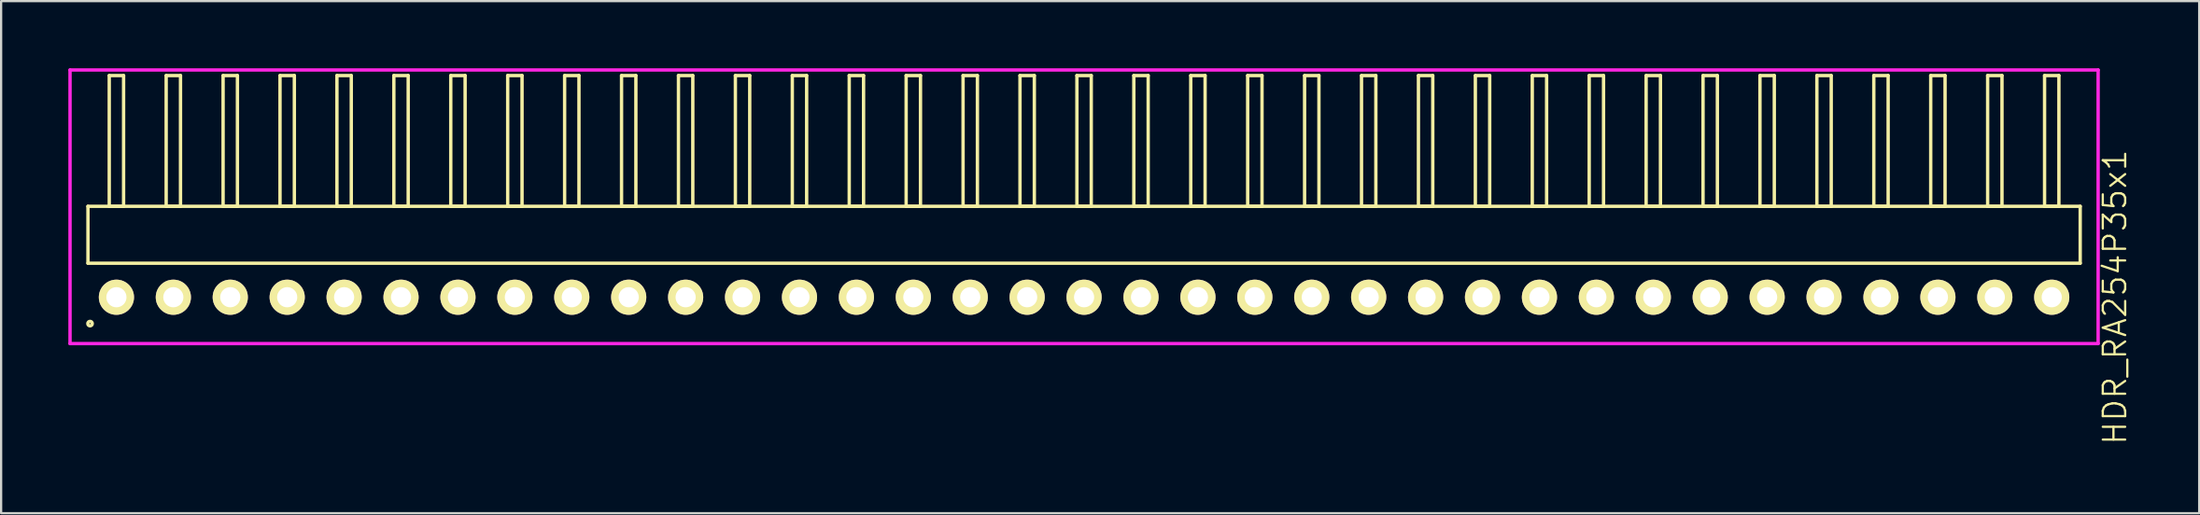
<source format=kicad_pcb>
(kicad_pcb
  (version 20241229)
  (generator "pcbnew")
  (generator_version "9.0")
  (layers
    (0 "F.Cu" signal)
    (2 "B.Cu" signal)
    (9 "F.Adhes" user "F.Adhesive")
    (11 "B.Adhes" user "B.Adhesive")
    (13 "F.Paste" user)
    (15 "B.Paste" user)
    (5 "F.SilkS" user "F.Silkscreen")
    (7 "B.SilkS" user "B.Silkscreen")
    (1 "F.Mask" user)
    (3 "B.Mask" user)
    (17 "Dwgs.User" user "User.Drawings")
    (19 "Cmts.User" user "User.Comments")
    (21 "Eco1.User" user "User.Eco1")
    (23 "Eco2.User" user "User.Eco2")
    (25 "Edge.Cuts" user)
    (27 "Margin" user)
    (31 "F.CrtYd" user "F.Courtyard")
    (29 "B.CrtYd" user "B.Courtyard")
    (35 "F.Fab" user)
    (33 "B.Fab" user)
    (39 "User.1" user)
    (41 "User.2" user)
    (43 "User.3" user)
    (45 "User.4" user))
  (footprint "HDR_RA254P35x1"
    (layer "F.Cu")
    (at 45.325 10.225)
    (property "Reference" "HDR_RA254P35x1" (at 46 0 90) (layer "F.SilkS") (effects (font (size 1 1) (thickness 0.1))))
    (attr through_hole)
    (fp_line (start -44.45 -4.06) (end -44.45 -1.52) (stroke (width 0.15) (type solid)) (layer "F.SilkS"))
    (fp_line (start -44.45 -1.52) (end 44.45 -1.52) (stroke (width 0.15) (type solid)) (layer "F.SilkS"))
    (fp_line (start -43.5 -9.9) (end -43.5 -4.06) (stroke (width 0.15) (type solid)) (layer "F.SilkS"))
    (fp_line (start -43.5 -4.06) (end -42.86 -4.06) (stroke (width 0.15) (type solid)) (layer "F.SilkS"))
    (fp_line (start -42.86 -9.9) (end -43.5 -9.9) (stroke (width 0.15) (type solid)) (layer "F.SilkS"))
    (fp_line (start -42.86 -4.06) (end -42.86 -9.9) (stroke (width 0.15) (type solid)) (layer "F.SilkS"))
    (fp_line (start -40.96 -9.9) (end -40.96 -4.06) (stroke (width 0.15) (type solid)) (layer "F.SilkS"))
    (fp_line (start -40.96 -4.06) (end -40.32 -4.06) (stroke (width 0.15) (type solid)) (layer "F.SilkS"))
    (fp_line (start -40.32 -9.9) (end -40.96 -9.9) (stroke (width 0.15) (type solid)) (layer "F.SilkS"))
    (fp_line (start -40.32 -4.06) (end -40.32 -9.9) (stroke (width 0.15) (type solid)) (layer "F.SilkS"))
    (fp_line (start -38.42 -9.9) (end -38.42 -4.06) (stroke (width 0.15) (type solid)) (layer "F.SilkS"))
    (fp_line (start -38.42 -4.06) (end -37.78 -4.06) (stroke (width 0.15) (type solid)) (layer "F.SilkS"))
    (fp_line (start -37.78 -9.9) (end -38.42 -9.9) (stroke (width 0.15) (type solid)) (layer "F.SilkS"))
    (fp_line (start -37.78 -4.06) (end -37.78 -9.9) (stroke (width 0.15) (type solid)) (layer "F.SilkS"))
    (fp_line (start -35.88 -9.9) (end -35.88 -4.06) (stroke (width 0.15) (type solid)) (layer "F.SilkS"))
    (fp_line (start -35.88 -4.06) (end -35.24 -4.06) (stroke (width 0.15) (type solid)) (layer "F.SilkS"))
    (fp_line (start -35.24 -9.9) (end -35.88 -9.9) (stroke (width 0.15) (type solid)) (layer "F.SilkS"))
    (fp_line (start -35.24 -4.06) (end -35.24 -9.9) (stroke (width 0.15) (type solid)) (layer "F.SilkS"))
    (fp_line (start -33.34 -9.9) (end -33.34 -4.06) (stroke (width 0.15) (type solid)) (layer "F.SilkS"))
    (fp_line (start -33.34 -4.06) (end -32.7 -4.06) (stroke (width 0.15) (type solid)) (layer "F.SilkS"))
    (fp_line (start -32.7 -9.9) (end -33.34 -9.9) (stroke (width 0.15) (type solid)) (layer "F.SilkS"))
    (fp_line (start -32.7 -4.06) (end -32.7 -9.9) (stroke (width 0.15) (type solid)) (layer "F.SilkS"))
    (fp_line (start -30.8 -9.9) (end -30.8 -4.06) (stroke (width 0.15) (type solid)) (layer "F.SilkS"))
    (fp_line (start -30.8 -4.06) (end -30.16 -4.06) (stroke (width 0.15) (type solid)) (layer "F.SilkS"))
    (fp_line (start -30.16 -9.9) (end -30.8 -9.9) (stroke (width 0.15) (type solid)) (layer "F.SilkS"))
    (fp_line (start -30.16 -4.06) (end -30.16 -9.9) (stroke (width 0.15) (type solid)) (layer "F.SilkS"))
    (fp_line (start -28.26 -9.9) (end -28.26 -4.06) (stroke (width 0.15) (type solid)) (layer "F.SilkS"))
    (fp_line (start -28.26 -4.06) (end -27.62 -4.06) (stroke (width 0.15) (type solid)) (layer "F.SilkS"))
    (fp_line (start -27.62 -9.9) (end -28.26 -9.9) (stroke (width 0.15) (type solid)) (layer "F.SilkS"))
    (fp_line (start -27.62 -4.06) (end -27.62 -9.9) (stroke (width 0.15) (type solid)) (layer "F.SilkS"))
    (fp_line (start -25.72 -9.9) (end -25.72 -4.06) (stroke (width 0.15) (type solid)) (layer "F.SilkS"))
    (fp_line (start -25.72 -4.06) (end -25.08 -4.06) (stroke (width 0.15) (type solid)) (layer "F.SilkS"))
    (fp_line (start -25.08 -9.9) (end -25.72 -9.9) (stroke (width 0.15) (type solid)) (layer "F.SilkS"))
    (fp_line (start -25.08 -4.06) (end -25.08 -9.9) (stroke (width 0.15) (type solid)) (layer "F.SilkS"))
    (fp_line (start -23.18 -9.9) (end -23.18 -4.06) (stroke (width 0.15) (type solid)) (layer "F.SilkS"))
    (fp_line (start -23.18 -4.06) (end -22.54 -4.06) (stroke (width 0.15) (type solid)) (layer "F.SilkS"))
    (fp_line (start -22.54 -9.9) (end -23.18 -9.9) (stroke (width 0.15) (type solid)) (layer "F.SilkS"))
    (fp_line (start -22.54 -4.06) (end -22.54 -9.9) (stroke (width 0.15) (type solid)) (layer "F.SilkS"))
    (fp_line (start -20.64 -9.9) (end -20.64 -4.06) (stroke (width 0.15) (type solid)) (layer "F.SilkS"))
    (fp_line (start -20.64 -4.06) (end -20 -4.06) (stroke (width 0.15) (type solid)) (layer "F.SilkS"))
    (fp_line (start -20 -9.9) (end -20.64 -9.9) (stroke (width 0.15) (type solid)) (layer "F.SilkS"))
    (fp_line (start -20 -4.06) (end -20 -9.9) (stroke (width 0.15) (type solid)) (layer "F.SilkS"))
    (fp_line (start -18.1 -9.9) (end -18.1 -4.06) (stroke (width 0.15) (type solid)) (layer "F.SilkS"))
    (fp_line (start -18.1 -4.06) (end -17.46 -4.06) (stroke (width 0.15) (type solid)) (layer "F.SilkS"))
    (fp_line (start -17.46 -9.9) (end -18.1 -9.9) (stroke (width 0.15) (type solid)) (layer "F.SilkS"))
    (fp_line (start -17.46 -4.06) (end -17.46 -9.9) (stroke (width 0.15) (type solid)) (layer "F.SilkS"))
    (fp_line (start -15.56 -9.9) (end -15.56 -4.06) (stroke (width 0.15) (type solid)) (layer "F.SilkS"))
    (fp_line (start -15.56 -4.06) (end -14.92 -4.06) (stroke (width 0.15) (type solid)) (layer "F.SilkS"))
    (fp_line (start -14.92 -9.9) (end -15.56 -9.9) (stroke (width 0.15) (type solid)) (layer "F.SilkS"))
    (fp_line (start -14.92 -4.06) (end -14.92 -9.9) (stroke (width 0.15) (type solid)) (layer "F.SilkS"))
    (fp_line (start -13.02 -9.9) (end -13.02 -4.06) (stroke (width 0.15) (type solid)) (layer "F.SilkS"))
    (fp_line (start -13.02 -4.06) (end -12.38 -4.06) (stroke (width 0.15) (type solid)) (layer "F.SilkS"))
    (fp_line (start -12.38 -9.9) (end -13.02 -9.9) (stroke (width 0.15) (type solid)) (layer "F.SilkS"))
    (fp_line (start -12.38 -4.06) (end -12.38 -9.9) (stroke (width 0.15) (type solid)) (layer "F.SilkS"))
    (fp_line (start -10.48 -9.9) (end -10.48 -4.06) (stroke (width 0.15) (type solid)) (layer "F.SilkS"))
    (fp_line (start -10.48 -4.06) (end -9.84 -4.06) (stroke (width 0.15) (type solid)) (layer "F.SilkS"))
    (fp_line (start -9.84 -9.9) (end -10.48 -9.9) (stroke (width 0.15) (type solid)) (layer "F.SilkS"))
    (fp_line (start -9.84 -4.06) (end -9.84 -9.9) (stroke (width 0.15) (type solid)) (layer "F.SilkS"))
    (fp_line (start -7.94 -9.9) (end -7.94 -4.06) (stroke (width 0.15) (type solid)) (layer "F.SilkS"))
    (fp_line (start -7.94 -4.06) (end -7.3 -4.06) (stroke (width 0.15) (type solid)) (layer "F.SilkS"))
    (fp_line (start -7.3 -9.9) (end -7.94 -9.9) (stroke (width 0.15) (type solid)) (layer "F.SilkS"))
    (fp_line (start -7.3 -4.06) (end -7.3 -9.9) (stroke (width 0.15) (type solid)) (layer "F.SilkS"))
    (fp_line (start -5.4 -9.9) (end -5.4 -4.06) (stroke (width 0.15) (type solid)) (layer "F.SilkS"))
    (fp_line (start -5.4 -4.06) (end -4.76 -4.06) (stroke (width 0.15) (type solid)) (layer "F.SilkS"))
    (fp_line (start -4.76 -9.9) (end -5.4 -9.9) (stroke (width 0.15) (type solid)) (layer "F.SilkS"))
    (fp_line (start -4.76 -4.06) (end -4.76 -9.9) (stroke (width 0.15) (type solid)) (layer "F.SilkS"))
    (fp_line (start -2.86 -9.9) (end -2.86 -4.06) (stroke (width 0.15) (type solid)) (layer "F.SilkS"))
    (fp_line (start -2.86 -4.06) (end -2.22 -4.06) (stroke (width 0.15) (type solid)) (layer "F.SilkS"))
    (fp_line (start -2.22 -9.9) (end -2.86 -9.9) (stroke (width 0.15) (type solid)) (layer "F.SilkS"))
    (fp_line (start -2.22 -4.06) (end -2.22 -9.9) (stroke (width 0.15) (type solid)) (layer "F.SilkS"))
    (fp_line (start -0.32 -9.9) (end -0.32 -4.06) (stroke (width 0.15) (type solid)) (layer "F.SilkS"))
    (fp_line (start -0.32 -4.06) (end 0.32 -4.06) (stroke (width 0.15) (type solid)) (layer "F.SilkS"))
    (fp_line (start 0.32 -9.9) (end -0.32 -9.9) (stroke (width 0.15) (type solid)) (layer "F.SilkS"))
    (fp_line (start 0.32 -4.06) (end 0.32 -9.9) (stroke (width 0.15) (type solid)) (layer "F.SilkS"))
    (fp_line (start 2.22 -9.9) (end 2.22 -4.06) (stroke (width 0.15) (type solid)) (layer "F.SilkS"))
    (fp_line (start 2.22 -4.06) (end 2.86 -4.06) (stroke (width 0.15) (type solid)) (layer "F.SilkS"))
    (fp_line (start 2.86 -9.9) (end 2.22 -9.9) (stroke (width 0.15) (type solid)) (layer "F.SilkS"))
    (fp_line (start 2.86 -4.06) (end 2.86 -9.9) (stroke (width 0.15) (type solid)) (layer "F.SilkS"))
    (fp_line (start 4.76 -9.9) (end 4.76 -4.06) (stroke (width 0.15) (type solid)) (layer "F.SilkS"))
    (fp_line (start 4.76 -4.06) (end 5.4 -4.06) (stroke (width 0.15) (type solid)) (layer "F.SilkS"))
    (fp_line (start 5.4 -9.9) (end 4.76 -9.9) (stroke (width 0.15) (type solid)) (layer "F.SilkS"))
    (fp_line (start 5.4 -4.06) (end 5.4 -9.9) (stroke (width 0.15) (type solid)) (layer "F.SilkS"))
    (fp_line (start 7.3 -9.9) (end 7.3 -4.06) (stroke (width 0.15) (type solid)) (layer "F.SilkS"))
    (fp_line (start 7.3 -4.06) (end 7.94 -4.06) (stroke (width 0.15) (type solid)) (layer "F.SilkS"))
    (fp_line (start 7.94 -9.9) (end 7.3 -9.9) (stroke (width 0.15) (type solid)) (layer "F.SilkS"))
    (fp_line (start 7.94 -4.06) (end 7.94 -9.9) (stroke (width 0.15) (type solid)) (layer "F.SilkS"))
    (fp_line (start 9.84 -9.9) (end 9.84 -4.06) (stroke (width 0.15) (type solid)) (layer "F.SilkS"))
    (fp_line (start 9.84 -4.06) (end 10.48 -4.06) (stroke (width 0.15) (type solid)) (layer "F.SilkS"))
    (fp_line (start 10.48 -9.9) (end 9.84 -9.9) (stroke (width 0.15) (type solid)) (layer "F.SilkS"))
    (fp_line (start 10.48 -4.06) (end 10.48 -9.9) (stroke (width 0.15) (type solid)) (layer "F.SilkS"))
    (fp_line (start 12.38 -9.9) (end 12.38 -4.06) (stroke (width 0.15) (type solid)) (layer "F.SilkS"))
    (fp_line (start 12.38 -4.06) (end 13.02 -4.06) (stroke (width 0.15) (type solid)) (layer "F.SilkS"))
    (fp_line (start 13.02 -9.9) (end 12.38 -9.9) (stroke (width 0.15) (type solid)) (layer "F.SilkS"))
    (fp_line (start 13.02 -4.06) (end 13.02 -9.9) (stroke (width 0.15) (type solid)) (layer "F.SilkS"))
    (fp_line (start 14.92 -9.9) (end 14.92 -4.06) (stroke (width 0.15) (type solid)) (layer "F.SilkS"))
    (fp_line (start 14.92 -4.06) (end 15.56 -4.06) (stroke (width 0.15) (type solid)) (layer "F.SilkS"))
    (fp_line (start 15.56 -9.9) (end 14.92 -9.9) (stroke (width 0.15) (type solid)) (layer "F.SilkS"))
    (fp_line (start 15.56 -4.06) (end 15.56 -9.9) (stroke (width 0.15) (type solid)) (layer "F.SilkS"))
    (fp_line (start 17.46 -9.9) (end 17.46 -4.06) (stroke (width 0.15) (type solid)) (layer "F.SilkS"))
    (fp_line (start 17.46 -4.06) (end 18.1 -4.06) (stroke (width 0.15) (type solid)) (layer "F.SilkS"))
    (fp_line (start 18.1 -9.9) (end 17.46 -9.9) (stroke (width 0.15) (type solid)) (layer "F.SilkS"))
    (fp_line (start 18.1 -4.06) (end 18.1 -9.9) (stroke (width 0.15) (type solid)) (layer "F.SilkS"))
    (fp_line (start 20 -9.9) (end 20 -4.06) (stroke (width 0.15) (type solid)) (layer "F.SilkS"))
    (fp_line (start 20 -4.06) (end 20.64 -4.06) (stroke (width 0.15) (type solid)) (layer "F.SilkS"))
    (fp_line (start 20.64 -9.9) (end 20 -9.9) (stroke (width 0.15) (type solid)) (layer "F.SilkS"))
    (fp_line (start 20.64 -4.06) (end 20.64 -9.9) (stroke (width 0.15) (type solid)) (layer "F.SilkS"))
    (fp_line (start 22.54 -9.9) (end 22.54 -4.06) (stroke (width 0.15) (type solid)) (layer "F.SilkS"))
    (fp_line (start 22.54 -4.06) (end 23.18 -4.06) (stroke (width 0.15) (type solid)) (layer "F.SilkS"))
    (fp_line (start 23.18 -9.9) (end 22.54 -9.9) (stroke (width 0.15) (type solid)) (layer "F.SilkS"))
    (fp_line (start 23.18 -4.06) (end 23.18 -9.9) (stroke (width 0.15) (type solid)) (layer "F.SilkS"))
    (fp_line (start 25.08 -9.9) (end 25.08 -4.06) (stroke (width 0.15) (type solid)) (layer "F.SilkS"))
    (fp_line (start 25.08 -4.06) (end 25.72 -4.06) (stroke (width 0.15) (type solid)) (layer "F.SilkS"))
    (fp_line (start 25.72 -9.9) (end 25.08 -9.9) (stroke (width 0.15) (type solid)) (layer "F.SilkS"))
    (fp_line (start 25.72 -4.06) (end 25.72 -9.9) (stroke (width 0.15) (type solid)) (layer "F.SilkS"))
    (fp_line (start 27.62 -9.9) (end 27.62 -4.06) (stroke (width 0.15) (type solid)) (layer "F.SilkS"))
    (fp_line (start 27.62 -4.06) (end 28.26 -4.06) (stroke (width 0.15) (type solid)) (layer "F.SilkS"))
    (fp_line (start 28.26 -9.9) (end 27.62 -9.9) (stroke (width 0.15) (type solid)) (layer "F.SilkS"))
    (fp_line (start 28.26 -4.06) (end 28.26 -9.9) (stroke (width 0.15) (type solid)) (layer "F.SilkS"))
    (fp_line (start 30.16 -9.9) (end 30.16 -4.06) (stroke (width 0.15) (type solid)) (layer "F.SilkS"))
    (fp_line (start 30.16 -4.06) (end 30.8 -4.06) (stroke (width 0.15) (type solid)) (layer "F.SilkS"))
    (fp_line (start 30.8 -9.9) (end 30.16 -9.9) (stroke (width 0.15) (type solid)) (layer "F.SilkS"))
    (fp_line (start 30.8 -4.06) (end 30.8 -9.9) (stroke (width 0.15) (type solid)) (layer "F.SilkS"))
    (fp_line (start 32.7 -9.9) (end 32.7 -4.06) (stroke (width 0.15) (type solid)) (layer "F.SilkS"))
    (fp_line (start 32.7 -4.06) (end 33.34 -4.06) (stroke (width 0.15) (type solid)) (layer "F.SilkS"))
    (fp_line (start 33.34 -9.9) (end 32.7 -9.9) (stroke (width 0.15) (type solid)) (layer "F.SilkS"))
    (fp_line (start 33.34 -4.06) (end 33.34 -9.9) (stroke (width 0.15) (type solid)) (layer "F.SilkS"))
    (fp_line (start 35.24 -9.9) (end 35.24 -4.06) (stroke (width 0.15) (type solid)) (layer "F.SilkS"))
    (fp_line (start 35.24 -4.06) (end 35.88 -4.06) (stroke (width 0.15) (type solid)) (layer "F.SilkS"))
    (fp_line (start 35.88 -9.9) (end 35.24 -9.9) (stroke (width 0.15) (type solid)) (layer "F.SilkS"))
    (fp_line (start 35.88 -4.06) (end 35.88 -9.9) (stroke (width 0.15) (type solid)) (layer "F.SilkS"))
    (fp_line (start 37.78 -9.9) (end 37.78 -4.06) (stroke (width 0.15) (type solid)) (layer "F.SilkS"))
    (fp_line (start 37.78 -4.06) (end 38.42 -4.06) (stroke (width 0.15) (type solid)) (layer "F.SilkS"))
    (fp_line (start 38.42 -9.9) (end 37.78 -9.9) (stroke (width 0.15) (type solid)) (layer "F.SilkS"))
    (fp_line (start 38.42 -4.06) (end 38.42 -9.9) (stroke (width 0.15) (type solid)) (layer "F.SilkS"))
    (fp_line (start 40.32 -9.9) (end 40.32 -4.06) (stroke (width 0.15) (type solid)) (layer "F.SilkS"))
    (fp_line (start 40.32 -4.06) (end 40.96 -4.06) (stroke (width 0.15) (type solid)) (layer "F.SilkS"))
    (fp_line (start 40.96 -9.9) (end 40.32 -9.9) (stroke (width 0.15) (type solid)) (layer "F.SilkS"))
    (fp_line (start 40.96 -4.06) (end 40.96 -9.9) (stroke (width 0.15) (type solid)) (layer "F.SilkS"))
    (fp_line (start 42.86 -9.9) (end 42.86 -4.06) (stroke (width 0.15) (type solid)) (layer "F.SilkS"))
    (fp_line (start 42.86 -4.06) (end 43.5 -4.06) (stroke (width 0.15) (type solid)) (layer "F.SilkS"))
    (fp_line (start 43.5 -9.9) (end 42.86 -9.9) (stroke (width 0.15) (type solid)) (layer "F.SilkS"))
    (fp_line (start 43.5 -4.06) (end 43.5 -9.9) (stroke (width 0.15) (type solid)) (layer "F.SilkS"))
    (fp_line (start 44.45 -4.06) (end -44.45 -4.06) (stroke (width 0.15) (type solid)) (layer "F.SilkS"))
    (fp_line (start 44.45 -1.52) (end 44.45 -4.06) (stroke (width 0.15) (type solid)) (layer "F.SilkS"))
    (fp_circle (center -44.357 1.178) (end -44.257 1.178) (stroke (width 0.15) (type solid)) (fill no) (layer "F.SilkS"))
    (fp_line (start -45.25 -10.15) (end -45.25 2.07) (stroke (width 0.15) (type solid)) (layer "F.CrtYd"))
    (fp_line (start -45.25 2.07) (end 45.25 2.07) (stroke (width 0.15) (type solid)) (layer "F.CrtYd"))
    (fp_line (start 45.25 -10.15) (end -45.25 -10.15) (stroke (width 0.15) (type solid)) (layer "F.CrtYd"))
    (fp_line (start 45.25 2.07) (end 45.25 -10.15) (stroke (width 0.15) (type solid)) (layer "F.CrtYd"))
    (pad "1" thru_hole oval (at -43.18 0) (size 1.57 1.57) (drill 0.9) (layers "*.Cu" "*.Mask" "F.SilkS"))
    (pad "2" thru_hole oval (at -40.64 0) (size 1.57 1.57) (drill 0.9) (layers "*.Cu" "*.Mask" "F.SilkS"))
    (pad "3" thru_hole oval (at -38.1 0) (size 1.57 1.57) (drill 0.9) (layers "*.Cu" "*.Mask" "F.SilkS"))
    (pad "4" thru_hole oval (at -35.56 0) (size 1.57 1.57) (drill 0.9) (layers "*.Cu" "*.Mask" "F.SilkS"))
    (pad "5" thru_hole oval (at -33.02 0) (size 1.57 1.57) (drill 0.9) (layers "*.Cu" "*.Mask" "F.SilkS"))
    (pad "6" thru_hole oval (at -30.48 0) (size 1.57 1.57) (drill 0.9) (layers "*.Cu" "*.Mask" "F.SilkS"))
    (pad "7" thru_hole oval (at -27.94 0) (size 1.57 1.57) (drill 0.9) (layers "*.Cu" "*.Mask" "F.SilkS"))
    (pad "8" thru_hole oval (at -25.4 0) (size 1.57 1.57) (drill 0.9) (layers "*.Cu" "*.Mask" "F.SilkS"))
    (pad "9" thru_hole oval (at -22.86 0) (size 1.57 1.57) (drill 0.9) (layers "*.Cu" "*.Mask" "F.SilkS"))
    (pad "10" thru_hole oval (at -20.32 0) (size 1.57 1.57) (drill 0.9) (layers "*.Cu" "*.Mask" "F.SilkS"))
    (pad "11" thru_hole oval (at -17.78 0) (size 1.57 1.57) (drill 0.9) (layers "*.Cu" "*.Mask" "F.SilkS"))
    (pad "12" thru_hole oval (at -15.24 0) (size 1.57 1.57) (drill 0.9) (layers "*.Cu" "*.Mask" "F.SilkS"))
    (pad "13" thru_hole oval (at -12.7 0) (size 1.57 1.57) (drill 0.9) (layers "*.Cu" "*.Mask" "F.SilkS"))
    (pad "14" thru_hole oval (at -10.16 0) (size 1.57 1.57) (drill 0.9) (layers "*.Cu" "*.Mask" "F.SilkS"))
    (pad "15" thru_hole oval (at -7.62 0) (size 1.57 1.57) (drill 0.9) (layers "*.Cu" "*.Mask" "F.SilkS"))
    (pad "16" thru_hole oval (at -5.08 0) (size 1.57 1.57) (drill 0.9) (layers "*.Cu" "*.Mask" "F.SilkS"))
    (pad "17" thru_hole oval (at -2.54 0) (size 1.57 1.57) (drill 0.9) (layers "*.Cu" "*.Mask" "F.SilkS"))
    (pad "18" thru_hole oval (at 0 0) (size 1.57 1.57) (drill 0.9) (layers "*.Cu" "*.Mask" "F.SilkS"))
    (pad "19" thru_hole oval (at 2.54 0) (size 1.57 1.57) (drill 0.9) (layers "*.Cu" "*.Mask" "F.SilkS"))
    (pad "20" thru_hole oval (at 5.08 0) (size 1.57 1.57) (drill 0.9) (layers "*.Cu" "*.Mask" "F.SilkS"))
    (pad "21" thru_hole oval (at 7.62 0) (size 1.57 1.57) (drill 0.9) (layers "*.Cu" "*.Mask" "F.SilkS"))
    (pad "22" thru_hole oval (at 10.16 0) (size 1.57 1.57) (drill 0.9) (layers "*.Cu" "*.Mask" "F.SilkS"))
    (pad "23" thru_hole oval (at 12.7 0) (size 1.57 1.57) (drill 0.9) (layers "*.Cu" "*.Mask" "F.SilkS"))
    (pad "24" thru_hole oval (at 15.24 0) (size 1.57 1.57) (drill 0.9) (layers "*.Cu" "*.Mask" "F.SilkS"))
    (pad "25" thru_hole oval (at 17.78 0) (size 1.57 1.57) (drill 0.9) (layers "*.Cu" "*.Mask" "F.SilkS"))
    (pad "26" thru_hole oval (at 20.32 0) (size 1.57 1.57) (drill 0.9) (layers "*.Cu" "*.Mask" "F.SilkS"))
    (pad "27" thru_hole oval (at 22.86 0) (size 1.57 1.57) (drill 0.9) (layers "*.Cu" "*.Mask" "F.SilkS"))
    (pad "28" thru_hole oval (at 25.4 0) (size 1.57 1.57) (drill 0.9) (layers "*.Cu" "*.Mask" "F.SilkS"))
    (pad "29" thru_hole oval (at 27.94 0) (size 1.57 1.57) (drill 0.9) (layers "*.Cu" "*.Mask" "F.SilkS"))
    (pad "30" thru_hole oval (at 30.48 0) (size 1.57 1.57) (drill 0.9) (layers "*.Cu" "*.Mask" "F.SilkS"))
    (pad "31" thru_hole oval (at 33.02 0) (size 1.57 1.57) (drill 0.9) (layers "*.Cu" "*.Mask" "F.SilkS"))
    (pad "32" thru_hole oval (at 35.56 0) (size 1.57 1.57) (drill 0.9) (layers "*.Cu" "*.Mask" "F.SilkS"))
    (pad "33" thru_hole oval (at 38.1 0) (size 1.57 1.57) (drill 0.9) (layers "*.Cu" "*.Mask" "F.SilkS"))
    (pad "34" thru_hole oval (at 40.64 0) (size 1.57 1.57) (drill 0.9) (layers "*.Cu" "*.Mask" "F.SilkS"))
    (pad "35" thru_hole oval (at 43.18 0) (size 1.57 1.57) (drill 0.9) (layers "*.Cu" "*.Mask" "F.SilkS")))
  (gr_rect
    (start -3 -3)
    (end 95.085 19.87)
    (stroke (width 0.1) (type default))
    (fill no)
    (layer "Edge.Cuts")))
</source>
